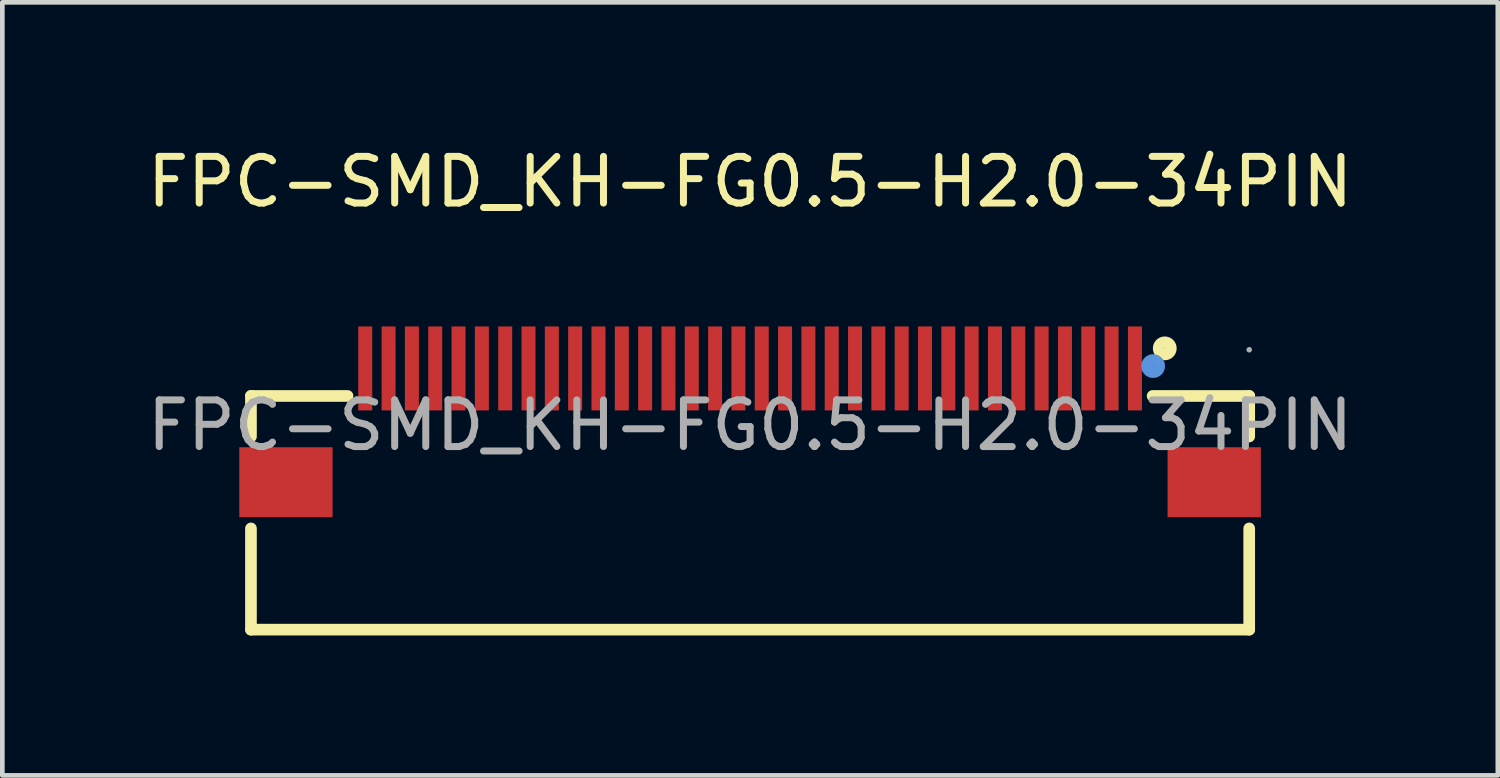
<source format=kicad_pcb>
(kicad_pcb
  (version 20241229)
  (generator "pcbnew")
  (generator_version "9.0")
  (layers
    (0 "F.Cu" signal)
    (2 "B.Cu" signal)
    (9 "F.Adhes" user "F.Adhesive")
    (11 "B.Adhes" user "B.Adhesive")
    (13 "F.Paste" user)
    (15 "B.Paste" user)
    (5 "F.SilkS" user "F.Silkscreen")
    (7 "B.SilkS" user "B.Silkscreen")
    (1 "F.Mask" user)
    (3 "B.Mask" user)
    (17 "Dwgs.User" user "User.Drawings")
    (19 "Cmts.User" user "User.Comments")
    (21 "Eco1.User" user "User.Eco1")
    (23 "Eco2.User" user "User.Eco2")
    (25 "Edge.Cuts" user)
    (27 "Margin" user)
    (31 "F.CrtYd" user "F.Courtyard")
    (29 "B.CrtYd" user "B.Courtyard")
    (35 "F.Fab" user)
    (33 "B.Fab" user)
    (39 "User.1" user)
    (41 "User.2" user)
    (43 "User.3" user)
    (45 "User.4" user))
  (footprint "FPC-SMD_KH-FG0.5-H2.0-34PIN"
    (layer "F.Cu")
    (at 13.03 6.068)
    (property "Reference" "FPC-SMD_KH-FG0.5-H2.0-34PIN" (at 0 -5.22 0) (layer "F.SilkS") (effects (font (size 1 1) (thickness 0.15))))
    (attr smd)
    (fp_line (start -10.7 0.24) (end -10.7 -0.63) (stroke (width 0.25) (type solid)) (layer "F.SilkS"))
    (fp_line (start -10.7 4.38) (end -10.7 2.21) (stroke (width 0.25) (type solid)) (layer "F.SilkS"))
    (fp_line (start -8.63 -0.63) (end -10.7 -0.63) (stroke (width 0.25) (type solid)) (layer "F.SilkS"))
    (fp_line (start 10.7 -0.63) (end 8.63 -0.63) (stroke (width 0.25) (type solid)) (layer "F.SilkS"))
    (fp_line (start 10.7 0.24) (end 10.7 -0.63) (stroke (width 0.25) (type solid)) (layer "F.SilkS"))
    (fp_line (start 10.7 4.38) (end -10.7 4.38) (stroke (width 0.25) (type solid)) (layer "F.SilkS"))
    (fp_line (start 10.7 4.38) (end 10.7 2.21) (stroke (width 0.25) (type solid)) (layer "F.SilkS"))
    (fp_circle (center 8.89 -1.65) (end 9.02 -1.65) (stroke (width 0.25) (type solid)) (fill no) (layer "F.SilkS"))
    (fp_circle (center 8.64 -1.27) (end 8.77 -1.27) (stroke (width 0.25) (type solid)) (fill no) (layer "Cmts.User"))
    (fp_circle (center 10.7 -1.62) (end 10.73 -1.62) (stroke (width 0.06) (type solid)) (fill no) (layer "F.Fab"))
    (fp_text user "${REFERENCE}" (at 0 0 0) (layer "F.Fab") (effects (font (size 1 1) (thickness 0.15))))
    (pad "1" smd rect (at 8.25 -1.22 180) (size 0.3 1.8) (layers "F.Cu" "F.Mask" "F.Paste"))
    (pad "2" smd rect (at 7.75 -1.22 180) (size 0.3 1.8) (layers "F.Cu" "F.Mask" "F.Paste"))
    (pad "3" smd rect (at 7.25 -1.22 180) (size 0.3 1.8) (layers "F.Cu" "F.Mask" "F.Paste"))
    (pad "4" smd rect (at 6.75 -1.22 180) (size 0.3 1.8) (layers "F.Cu" "F.Mask" "F.Paste"))
    (pad "5" smd rect (at 6.25 -1.22 180) (size 0.3 1.8) (layers "F.Cu" "F.Mask" "F.Paste"))
    (pad "6" smd rect (at 5.75 -1.22 180) (size 0.3 1.8) (layers "F.Cu" "F.Mask" "F.Paste"))
    (pad "7" smd rect (at 5.25 -1.22 180) (size 0.3 1.8) (layers "F.Cu" "F.Mask" "F.Paste"))
    (pad "8" smd rect (at 4.75 -1.22 180) (size 0.3 1.8) (layers "F.Cu" "F.Mask" "F.Paste"))
    (pad "9" smd rect (at 4.25 -1.22 180) (size 0.3 1.8) (layers "F.Cu" "F.Mask" "F.Paste"))
    (pad "10" smd rect (at 3.75 -1.22 180) (size 0.3 1.8) (layers "F.Cu" "F.Mask" "F.Paste"))
    (pad "11" smd rect (at 3.25 -1.22 180) (size 0.3 1.8) (layers "F.Cu" "F.Mask" "F.Paste"))
    (pad "12" smd rect (at 2.75 -1.22 180) (size 0.3 1.8) (layers "F.Cu" "F.Mask" "F.Paste"))
    (pad "13" smd rect (at 2.25 -1.22 180) (size 0.3 1.8) (layers "F.Cu" "F.Mask" "F.Paste"))
    (pad "14" smd rect (at 1.75 -1.22 180) (size 0.3 1.8) (layers "F.Cu" "F.Mask" "F.Paste"))
    (pad "15" smd rect (at 1.25 -1.22 180) (size 0.3 1.8) (layers "F.Cu" "F.Mask" "F.Paste"))
    (pad "16" smd rect (at 0.75 -1.22 180) (size 0.3 1.8) (layers "F.Cu" "F.Mask" "F.Paste"))
    (pad "17" smd rect (at 0.25 -1.22 180) (size 0.3 1.8) (layers "F.Cu" "F.Mask" "F.Paste"))
    (pad "18" smd rect (at -0.25 -1.22 180) (size 0.3 1.8) (layers "F.Cu" "F.Mask" "F.Paste"))
    (pad "19" smd rect (at -0.75 -1.22 180) (size 0.3 1.8) (layers "F.Cu" "F.Mask" "F.Paste"))
    (pad "20" smd rect (at -1.25 -1.22 180) (size 0.3 1.8) (layers "F.Cu" "F.Mask" "F.Paste"))
    (pad "21" smd rect (at -1.75 -1.22 180) (size 0.3 1.8) (layers "F.Cu" "F.Mask" "F.Paste"))
    (pad "22" smd rect (at -2.25 -1.22 180) (size 0.3 1.8) (layers "F.Cu" "F.Mask" "F.Paste"))
    (pad "23" smd rect (at -2.75 -1.22 180) (size 0.3 1.8) (layers "F.Cu" "F.Mask" "F.Paste"))
    (pad "24" smd rect (at -3.25 -1.22 180) (size 0.3 1.8) (layers "F.Cu" "F.Mask" "F.Paste"))
    (pad "25" smd rect (at -3.75 -1.22 180) (size 0.3 1.8) (layers "F.Cu" "F.Mask" "F.Paste"))
    (pad "26" smd rect (at -4.25 -1.22 180) (size 0.3 1.8) (layers "F.Cu" "F.Mask" "F.Paste"))
    (pad "27" smd rect (at -4.75 -1.22 180) (size 0.3 1.8) (layers "F.Cu" "F.Mask" "F.Paste"))
    (pad "28" smd rect (at -5.25 -1.22 180) (size 0.3 1.8) (layers "F.Cu" "F.Mask" "F.Paste"))
    (pad "29" smd rect (at -5.75 -1.22 180) (size 0.3 1.8) (layers "F.Cu" "F.Mask" "F.Paste"))
    (pad "30" smd rect (at -6.25 -1.22 180) (size 0.3 1.8) (layers "F.Cu" "F.Mask" "F.Paste"))
    (pad "31" smd rect (at -6.75 -1.22 180) (size 0.3 1.8) (layers "F.Cu" "F.Mask" "F.Paste"))
    (pad "32" smd rect (at -7.25 -1.22 180) (size 0.3 1.8) (layers "F.Cu" "F.Mask" "F.Paste"))
    (pad "33" smd rect (at -7.75 -1.22 180) (size 0.3 1.8) (layers "F.Cu" "F.Mask" "F.Paste"))
    (pad "34" smd rect (at -8.25 -1.22 180) (size 0.3 1.8) (layers "F.Cu" "F.Mask" "F.Paste"))
    (pad "35" smd rect (at -9.95 1.22 180) (size 2 1.5) (layers "F.Cu" "F.Mask" "F.Paste"))
    (pad "36" smd rect (at 9.95 1.22 180) (size 2 1.5) (layers "F.Cu" "F.Mask" "F.Paste")))
  (gr_rect
    (start -3 -3)
    (end 29.06 13.573)
    (stroke (width 0.1) (type default))
    (fill no)
    (layer "Edge.Cuts")))
</source>
